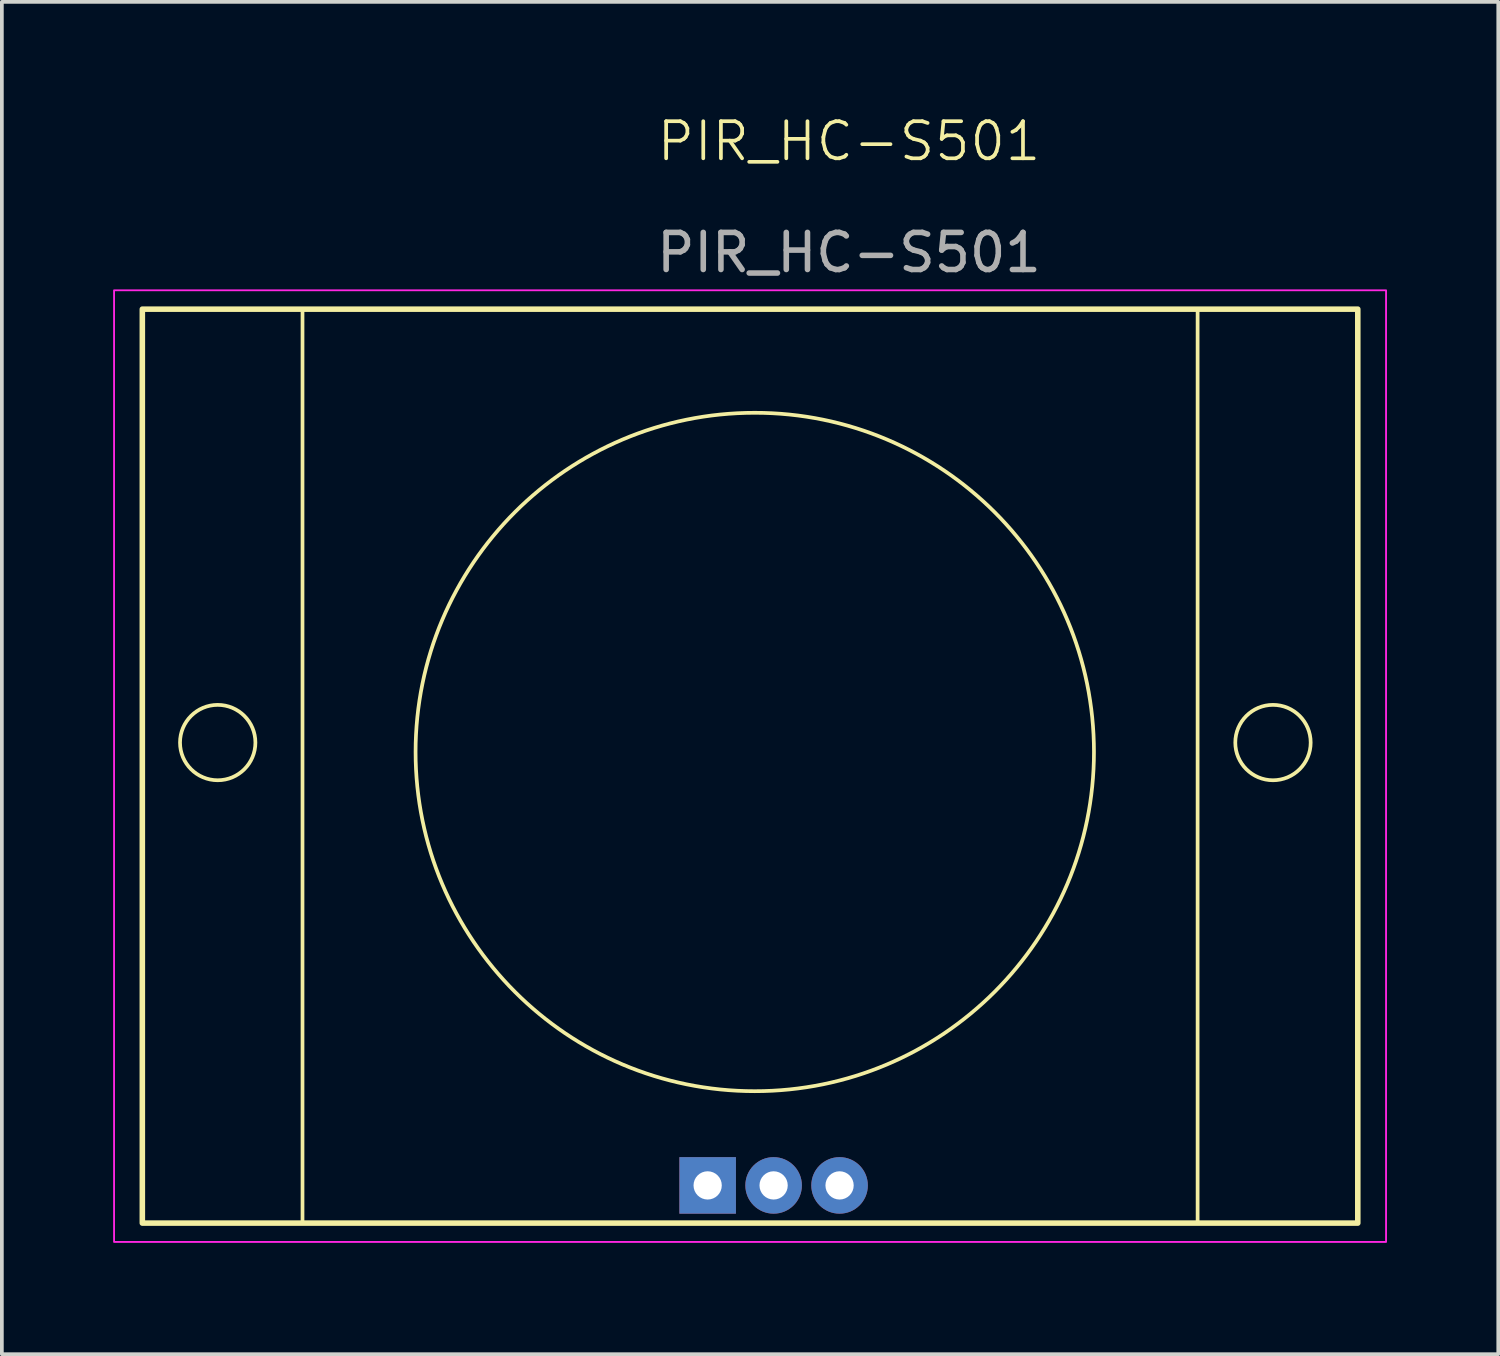
<source format=kicad_pcb>
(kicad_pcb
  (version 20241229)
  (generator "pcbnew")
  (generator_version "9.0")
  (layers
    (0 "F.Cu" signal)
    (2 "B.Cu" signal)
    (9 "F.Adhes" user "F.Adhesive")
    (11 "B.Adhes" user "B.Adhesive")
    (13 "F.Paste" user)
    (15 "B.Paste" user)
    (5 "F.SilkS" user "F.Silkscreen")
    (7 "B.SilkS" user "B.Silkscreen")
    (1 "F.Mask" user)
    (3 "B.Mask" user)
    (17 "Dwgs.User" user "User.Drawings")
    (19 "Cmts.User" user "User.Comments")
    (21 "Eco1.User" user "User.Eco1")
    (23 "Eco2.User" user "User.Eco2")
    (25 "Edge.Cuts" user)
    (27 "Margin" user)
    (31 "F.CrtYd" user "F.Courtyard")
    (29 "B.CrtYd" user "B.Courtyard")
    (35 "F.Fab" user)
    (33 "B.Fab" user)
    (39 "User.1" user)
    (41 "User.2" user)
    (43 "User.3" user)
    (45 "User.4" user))
  (footprint "PIR_HC-S501"
    (layer "F.Cu")
    (at 20.853 10.618)
    (property "Reference" "PIR_HC-S501" (at -1.016 -9.858 0) (unlocked yes) (layer "F.SilkS") (effects (font (size 1 1) (thickness 0.1))))
    (attr through_hole)
    (fp_line (start -15.748 -5.334) (end -15.748 19.304) (stroke (width 0.1) (type default)) (layer "F.SilkS"))
    (fp_line (start 8.382 -5.334) (end 8.382 19.304) (stroke (width 0.1) (type default)) (layer "F.SilkS"))
    (fp_rect (start -20.066 -5.334) (end 12.7 19.304) (stroke (width 0.15) (type default)) (fill no) (layer "F.SilkS"))
    (fp_circle (center -18.034 6.35) (end -18.034 5.334) (stroke (width 0.1) (type default)) (fill no) (layer "F.SilkS"))
    (fp_circle (center -3.556 6.604) (end -3.556 -2.54) (stroke (width 0.1) (type default)) (fill no) (layer "F.SilkS"))
    (fp_circle (center 10.414 6.35) (end 10.414 5.334) (stroke (width 0.1) (type default)) (fill no) (layer "F.SilkS"))
    (fp_rect (start -20.828 -5.842) (end 13.462 19.812) (stroke (width 0.05) (type default)) (fill no) (layer "F.CrtYd"))
    (fp_text user "${REFERENCE}" (at -1.016 -6.858 0) (unlocked yes) (layer "F.Fab") (effects (font (size 1 1) (thickness 0.15))))
    (pad "1" thru_hole rect (at -4.826 18.288) (size 1.524 1.524) (drill 0.762) (layers "*.Cu" "*.Mask"))
    (pad "2" thru_hole circle (at -3.048 18.288) (size 1.524 1.524) (drill 0.762) (layers "*.Cu" "*.Mask"))
    (pad "3" thru_hole circle (at -1.27 18.288) (size 1.524 1.524) (drill 0.762) (layers "*.Cu" "*.Mask")))
  (gr_rect
    (start -3 -3)
    (end 37.34 33.456)
    (stroke (width 0.1) (type default))
    (fill no)
    (layer "Edge.Cuts")))
</source>
